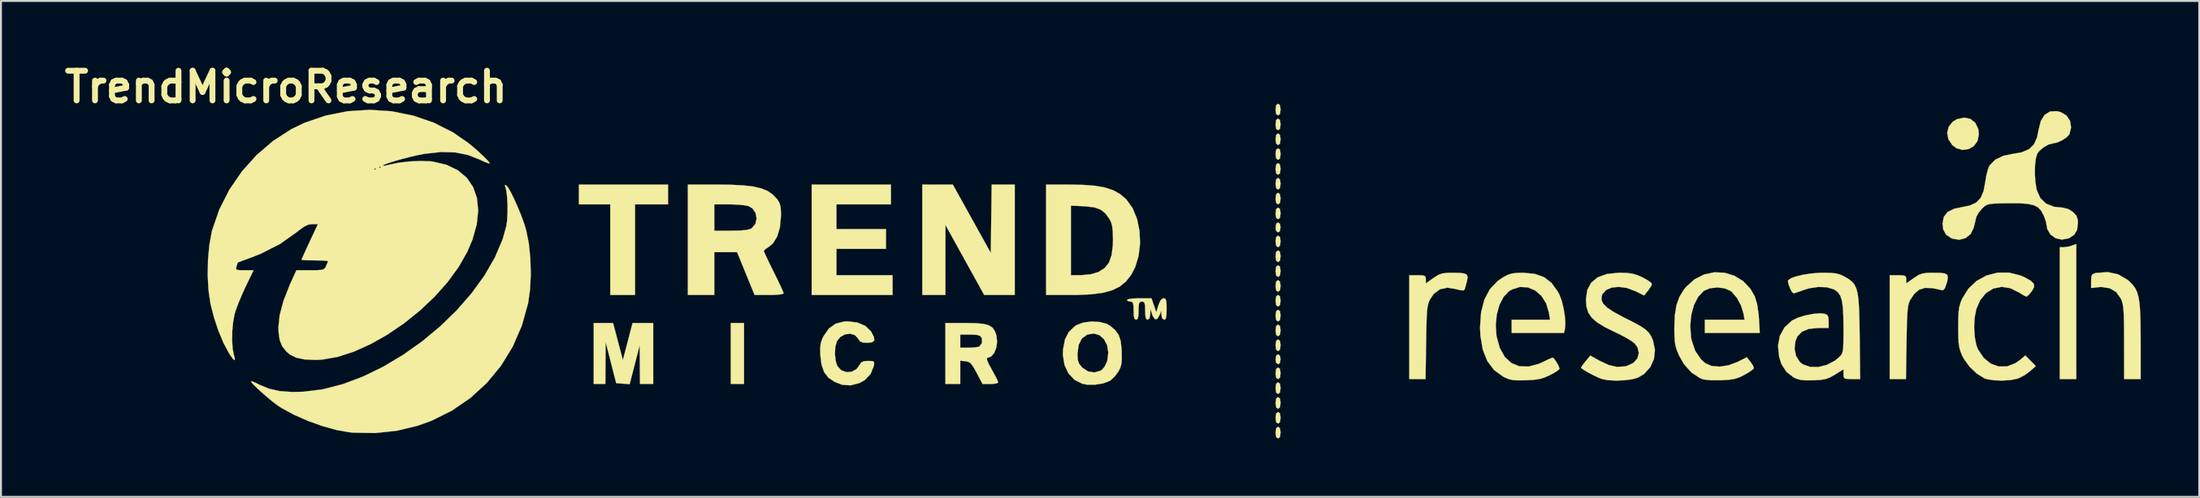
<source format=kicad_pcb>
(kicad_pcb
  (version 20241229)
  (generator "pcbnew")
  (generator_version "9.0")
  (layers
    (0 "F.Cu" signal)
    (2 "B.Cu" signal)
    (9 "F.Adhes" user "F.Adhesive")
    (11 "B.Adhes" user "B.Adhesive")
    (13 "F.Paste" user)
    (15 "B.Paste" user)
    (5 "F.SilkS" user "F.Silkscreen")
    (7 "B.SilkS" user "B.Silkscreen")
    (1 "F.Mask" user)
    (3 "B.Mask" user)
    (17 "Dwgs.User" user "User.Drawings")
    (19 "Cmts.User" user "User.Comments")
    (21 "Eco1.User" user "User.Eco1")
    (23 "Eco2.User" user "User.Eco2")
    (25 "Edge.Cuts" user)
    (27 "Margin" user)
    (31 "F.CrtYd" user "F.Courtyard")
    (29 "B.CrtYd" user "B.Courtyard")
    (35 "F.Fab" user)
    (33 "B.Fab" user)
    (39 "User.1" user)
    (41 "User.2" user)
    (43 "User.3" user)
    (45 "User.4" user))
  (footprint "TrendMicroResearch"
    (layer "F.Cu")
    (at 57.119 10.918)
    (property "Reference" "TrendMicroResearch" (at -45.5 -9.5 0) (layer "F.SilkS") (effects (font (size 1.524 1.524) (thickness 0.3))))
    (attr through_hole)
    (fp_poly (pts (xy -22.013 5.757) (xy -22.691 5.757) (xy -22.691 2.625) (xy -22.013 2.625) (xy -22.013 5.757)) (stroke (width 0.01) (type solid)) (fill yes) (layer "F.SilkS"))
    (fp_poly (pts (xy 46.313 5.503) (xy 45.466 5.503) (xy 45.466 -1.27) (xy 45.672 -1.27) (xy 45.916 -1.301) (xy 46.095 -1.353) (xy 46.313 -1.435) (xy 46.313 5.503)) (stroke (width 0.01) (type solid)) (fill yes) (layer "F.SilkS"))
    (fp_poly (pts (xy -25.908 -3.471) (xy -27.601 -3.471) (xy -27.601 1.185) (xy -28.871 1.185) (xy -28.871 -3.471) (xy -30.48 -3.471) (xy -30.48 -4.487) (xy -25.908 -4.487) (xy -25.908 -3.471)) (stroke (width 0.01) (type solid)) (fill yes) (layer "F.SilkS"))
    (fp_poly (pts (xy 5.477 -2.464) (xy 5.503 -2.286) (xy 5.465 -2.084) (xy 5.376 -2.032) (xy 5.276 -2.108) (xy 5.249 -2.286) (xy 5.287 -2.488) (xy 5.376 -2.54) (xy 5.477 -2.464)) (stroke (width 0.01) (type solid)) (fill yes) (layer "F.SilkS"))
    (fp_poly (pts (xy 5.477 4.309) (xy 5.503 4.487) (xy 5.465 4.689) (xy 5.376 4.741) (xy 5.276 4.666) (xy 5.249 4.487) (xy 5.287 4.286) (xy 5.376 4.233) (xy 5.477 4.309)) (stroke (width 0.01) (type solid)) (fill yes) (layer "F.SilkS"))
    (fp_poly (pts (xy -14.478 -3.471) (xy -17.272 -3.471) (xy -17.272 -2.201) (xy -14.732 -2.201) (xy -14.732 -1.185) (xy -17.272 -1.185) (xy -17.272 0.169) (xy -14.393 0.169) (xy -14.393 1.185) (xy -18.542 1.185) (xy -18.542 -4.487) (xy -14.478 -4.487) (xy -14.478 -3.471)) (stroke (width 0.01) (type solid)) (fill yes) (layer "F.SilkS"))
    (fp_poly (pts (xy 5.47 -8.572) (xy 5.503 -8.367) (xy 5.503 -8.34) (xy 5.476 -8.12) (xy 5.388 -8.044) (xy 5.376 -8.043) (xy 5.282 -8.108) (xy 5.25 -8.313) (xy 5.249 -8.34) (xy 5.277 -8.559) (xy 5.365 -8.635) (xy 5.376 -8.636) (xy 5.47 -8.572)) (stroke (width 0.01) (type solid)) (fill yes) (layer "F.SilkS"))
    (fp_poly (pts (xy 5.47 -7.81) (xy 5.503 -7.605) (xy 5.503 -7.578) (xy 5.476 -7.358) (xy 5.388 -7.282) (xy 5.376 -7.281) (xy 5.282 -7.346) (xy 5.25 -7.551) (xy 5.249 -7.578) (xy 5.277 -7.797) (xy 5.365 -7.873) (xy 5.376 -7.874) (xy 5.47 -7.81)) (stroke (width 0.01) (type solid)) (fill yes) (layer "F.SilkS"))
    (fp_poly (pts (xy 5.47 -7.048) (xy 5.503 -6.843) (xy 5.503 -6.816) (xy 5.476 -6.596) (xy 5.388 -6.52) (xy 5.376 -6.519) (xy 5.282 -6.584) (xy 5.25 -6.789) (xy 5.249 -6.816) (xy 5.277 -7.035) (xy 5.365 -7.111) (xy 5.376 -7.112) (xy 5.47 -7.048)) (stroke (width 0.01) (type solid)) (fill yes) (layer "F.SilkS"))
    (fp_poly (pts (xy 5.47 -6.286) (xy 5.503 -6.081) (xy 5.503 -6.054) (xy 5.476 -5.834) (xy 5.388 -5.758) (xy 5.376 -5.757) (xy 5.282 -5.822) (xy 5.25 -6.027) (xy 5.249 -6.054) (xy 5.277 -6.273) (xy 5.365 -6.349) (xy 5.376 -6.35) (xy 5.47 -6.286)) (stroke (width 0.01) (type solid)) (fill yes) (layer "F.SilkS"))
    (fp_poly (pts (xy 5.47 -5.524) (xy 5.503 -5.319) (xy 5.503 -5.292) (xy 5.476 -5.072) (xy 5.388 -4.996) (xy 5.376 -4.995) (xy 5.282 -5.06) (xy 5.25 -5.265) (xy 5.249 -5.292) (xy 5.277 -5.511) (xy 5.365 -5.587) (xy 5.376 -5.588) (xy 5.47 -5.524)) (stroke (width 0.01) (type solid)) (fill yes) (layer "F.SilkS"))
    (fp_poly (pts (xy 5.47 -4.762) (xy 5.503 -4.557) (xy 5.503 -4.53) (xy 5.476 -4.31) (xy 5.388 -4.234) (xy 5.376 -4.233) (xy 5.282 -4.298) (xy 5.25 -4.503) (xy 5.249 -4.53) (xy 5.277 -4.749) (xy 5.365 -4.825) (xy 5.376 -4.826) (xy 5.47 -4.762)) (stroke (width 0.01) (type solid)) (fill yes) (layer "F.SilkS"))
    (fp_poly (pts (xy 5.47 -4) (xy 5.503 -3.795) (xy 5.503 -3.768) (xy 5.476 -3.548) (xy 5.388 -3.472) (xy 5.376 -3.471) (xy 5.282 -3.536) (xy 5.25 -3.741) (xy 5.249 -3.768) (xy 5.277 -3.987) (xy 5.365 -4.063) (xy 5.376 -4.064) (xy 5.47 -4)) (stroke (width 0.01) (type solid)) (fill yes) (layer "F.SilkS"))
    (fp_poly (pts (xy 5.47 -3.238) (xy 5.503 -3.033) (xy 5.503 -3.006) (xy 5.476 -2.786) (xy 5.388 -2.71) (xy 5.376 -2.709) (xy 5.282 -2.774) (xy 5.25 -2.979) (xy 5.249 -3.006) (xy 5.277 -3.225) (xy 5.365 -3.301) (xy 5.376 -3.302) (xy 5.47 -3.238)) (stroke (width 0.01) (type solid)) (fill yes) (layer "F.SilkS"))
    (fp_poly (pts (xy 5.47 -1.798) (xy 5.503 -1.593) (xy 5.503 -1.566) (xy 5.476 -1.347) (xy 5.388 -1.271) (xy 5.376 -1.27) (xy 5.282 -1.334) (xy 5.25 -1.539) (xy 5.249 -1.566) (xy 5.277 -1.786) (xy 5.365 -1.862) (xy 5.376 -1.863) (xy 5.47 -1.798)) (stroke (width 0.01) (type solid)) (fill yes) (layer "F.SilkS"))
    (fp_poly (pts (xy 5.47 -1.036) (xy 5.503 -0.831) (xy 5.503 -0.804) (xy 5.476 -0.585) (xy 5.388 -0.509) (xy 5.376 -0.508) (xy 5.282 -0.572) (xy 5.25 -0.777) (xy 5.249 -0.804) (xy 5.277 -1.024) (xy 5.365 -1.1) (xy 5.376 -1.101) (xy 5.47 -1.036)) (stroke (width 0.01) (type solid)) (fill yes) (layer "F.SilkS"))
    (fp_poly (pts (xy 5.47 -0.274) (xy 5.503 -0.069) (xy 5.503 -0.042) (xy 5.476 0.177) (xy 5.388 0.253) (xy 5.376 0.254) (xy 5.282 0.19) (xy 5.25 -0.015) (xy 5.249 -0.042) (xy 5.277 -0.262) (xy 5.365 -0.338) (xy 5.376 -0.339) (xy 5.47 -0.274)) (stroke (width 0.01) (type solid)) (fill yes) (layer "F.SilkS"))
    (fp_poly (pts (xy 5.47 0.488) (xy 5.503 0.693) (xy 5.503 0.72) (xy 5.476 0.939) (xy 5.388 1.015) (xy 5.376 1.016) (xy 5.282 0.952) (xy 5.25 0.747) (xy 5.249 0.72) (xy 5.277 0.5) (xy 5.365 0.424) (xy 5.376 0.423) (xy 5.47 0.488)) (stroke (width 0.01) (type solid)) (fill yes) (layer "F.SilkS"))
    (fp_poly (pts (xy 5.47 1.25) (xy 5.503 1.455) (xy 5.503 1.482) (xy 5.476 1.701) (xy 5.388 1.777) (xy 5.376 1.778) (xy 5.282 1.714) (xy 5.25 1.509) (xy 5.249 1.482) (xy 5.277 1.262) (xy 5.365 1.186) (xy 5.376 1.185) (xy 5.47 1.25)) (stroke (width 0.01) (type solid)) (fill yes) (layer "F.SilkS"))
    (fp_poly (pts (xy 5.47 2.012) (xy 5.503 2.217) (xy 5.503 2.244) (xy 5.476 2.463) (xy 5.388 2.539) (xy 5.376 2.54) (xy 5.282 2.476) (xy 5.25 2.271) (xy 5.249 2.244) (xy 5.277 2.024) (xy 5.365 1.948) (xy 5.376 1.947) (xy 5.47 2.012)) (stroke (width 0.01) (type solid)) (fill yes) (layer "F.SilkS"))
    (fp_poly (pts (xy 5.47 2.774) (xy 5.503 2.979) (xy 5.503 3.006) (xy 5.476 3.225) (xy 5.388 3.301) (xy 5.376 3.302) (xy 5.282 3.238) (xy 5.25 3.033) (xy 5.249 3.006) (xy 5.277 2.786) (xy 5.365 2.71) (xy 5.376 2.709) (xy 5.47 2.774)) (stroke (width 0.01) (type solid)) (fill yes) (layer "F.SilkS"))
    (fp_poly (pts (xy 5.47 3.536) (xy 5.503 3.741) (xy 5.503 3.768) (xy 5.476 3.987) (xy 5.388 4.063) (xy 5.376 4.064) (xy 5.282 4) (xy 5.25 3.795) (xy 5.249 3.768) (xy 5.277 3.548) (xy 5.365 3.472) (xy 5.376 3.471) (xy 5.47 3.536)) (stroke (width 0.01) (type solid)) (fill yes) (layer "F.SilkS"))
    (fp_poly (pts (xy 5.47 4.975) (xy 5.503 5.18) (xy 5.503 5.207) (xy 5.476 5.426) (xy 5.388 5.503) (xy 5.376 5.503) (xy 5.282 5.439) (xy 5.25 5.234) (xy 5.249 5.207) (xy 5.277 4.988) (xy 5.365 4.911) (xy 5.376 4.911) (xy 5.47 4.975)) (stroke (width 0.01) (type solid)) (fill yes) (layer "F.SilkS"))
    (fp_poly (pts (xy 5.47 5.737) (xy 5.503 5.942) (xy 5.503 5.969) (xy 5.476 6.188) (xy 5.388 6.265) (xy 5.376 6.265) (xy 5.282 6.201) (xy 5.25 5.996) (xy 5.249 5.969) (xy 5.277 5.75) (xy 5.365 5.673) (xy 5.376 5.673) (xy 5.47 5.737)) (stroke (width 0.01) (type solid)) (fill yes) (layer "F.SilkS"))
    (fp_poly (pts (xy 5.47 6.499) (xy 5.503 6.704) (xy 5.503 6.731) (xy 5.476 6.95) (xy 5.388 7.027) (xy 5.376 7.027) (xy 5.282 6.963) (xy 5.25 6.758) (xy 5.249 6.731) (xy 5.277 6.512) (xy 5.365 6.435) (xy 5.376 6.435) (xy 5.47 6.499)) (stroke (width 0.01) (type solid)) (fill yes) (layer "F.SilkS"))
    (fp_poly (pts (xy 5.47 7.261) (xy 5.503 7.466) (xy 5.503 7.493) (xy 5.476 7.712) (xy 5.388 7.789) (xy 5.376 7.789) (xy 5.282 7.725) (xy 5.25 7.52) (xy 5.249 7.493) (xy 5.277 7.274) (xy 5.365 7.197) (xy 5.376 7.197) (xy 5.47 7.261)) (stroke (width 0.01) (type solid)) (fill yes) (layer "F.SilkS"))
    (fp_poly (pts (xy 5.47 8.023) (xy 5.503 8.228) (xy 5.503 8.255) (xy 5.476 8.474) (xy 5.388 8.551) (xy 5.376 8.551) (xy 5.282 8.487) (xy 5.25 8.282) (xy 5.249 8.255) (xy 5.277 8.036) (xy 5.365 7.959) (xy 5.376 7.959) (xy 5.47 8.023)) (stroke (width 0.01) (type solid)) (fill yes) (layer "F.SilkS"))
    (fp_poly (pts (xy -8.128 1.185) (xy -8.911 1.185) (xy -9.694 1.185) (xy -11.682 -2.413) (xy -11.683 -0.614) (xy -11.684 1.185) (xy -12.869 1.185) (xy -12.869 -4.487) (xy -12.086 -4.486) (xy -11.303 -4.485) (xy -10.329 -2.729) (xy -9.356 -0.974) (xy -9.333 -2.731) (xy -9.31 -4.487) (xy -8.128 -4.487) (xy -8.128 1.185)) (stroke (width 0.01) (type solid)) (fill yes) (layer "F.SilkS"))
    (fp_poly (pts (xy 40.887 -7.857) (xy 41.136 -7.656) (xy 41.286 -7.339) (xy 41.317 -7.066) (xy 41.246 -6.723) (xy 41.059 -6.466) (xy 40.791 -6.309) (xy 40.482 -6.267) (xy 40.168 -6.356) (xy 39.956 -6.513) (xy 39.752 -6.817) (xy 39.693 -7.146) (xy 39.771 -7.46) (xy 39.98 -7.72) (xy 40.19 -7.844) (xy 40.563 -7.926) (xy 40.887 -7.857)) (stroke (width 0.01) (type solid)) (fill yes) (layer "F.SilkS"))
    (fp_poly (pts (xy -28.476 3.577) (xy -28.224 4.529) (xy -27.976 3.577) (xy -27.729 2.625) (xy -26.67 2.625) (xy -26.67 5.757) (xy -27.347 5.757) (xy -27.355 4.763) (xy -27.363 3.768) (xy -27.62 4.767) (xy -27.877 5.766) (xy -28.222 5.741) (xy -28.567 5.715) (xy -28.838 4.657) (xy -29.109 3.598) (xy -29.125 5.757) (xy -29.718 5.757) (xy -29.718 2.625) (xy -28.728 2.625) (xy -28.476 3.577)) (stroke (width 0.01) (type solid)) (fill yes) (layer "F.SilkS"))
    (fp_poly (pts (xy 48.459 0.125) (xy 48.931 0.399) (xy 49.028 0.481) (xy 49.197 0.65) (xy 49.331 0.83) (xy 49.434 1.042) (xy 49.508 1.309) (xy 49.56 1.652) (xy 49.592 2.093) (xy 49.609 2.654) (xy 49.614 3.356) (xy 49.615 3.571) (xy 49.615 5.503) (xy 48.768 5.503) (xy 48.766 3.619) (xy 48.764 2.994) (xy 48.758 2.513) (xy 48.747 2.151) (xy 48.728 1.883) (xy 48.7 1.684) (xy 48.661 1.529) (xy 48.609 1.393) (xy 48.6 1.373) (xy 48.365 1.039) (xy 48.028 0.838) (xy 47.601 0.774) (xy 47.437 0.785) (xy 47.075 0.826) (xy 47.075 0.466) (xy 47.085 0.237) (xy 47.141 0.122) (xy 47.277 0.066) (xy 47.339 0.053) (xy 47.927 0.009) (xy 48.459 0.125)) (stroke (width 0.01) (type solid)) (fill yes) (layer "F.SilkS"))
    (fp_poly (pts (xy 39.322 0.048) (xy 39.568 0.078) (xy 39.695 0.149) (xy 39.727 0.28) (xy 39.691 0.488) (xy 39.671 0.566) (xy 39.576 0.837) (xy 39.478 0.943) (xy 39.446 0.942) (xy 38.944 0.834) (xy 38.559 0.82) (xy 38.26 0.91) (xy 38.015 1.114) (xy 37.795 1.442) (xy 37.784 1.463) (xy 37.734 1.576) (xy 37.695 1.725) (xy 37.666 1.933) (xy 37.644 2.223) (xy 37.627 2.619) (xy 37.615 3.144) (xy 37.606 3.619) (xy 37.578 5.503) (xy 36.745 5.503) (xy 36.745 0.169) (xy 37.169 0.169) (xy 37.42 0.176) (xy 37.545 0.211) (xy 37.588 0.296) (xy 37.592 0.379) (xy 37.592 0.589) (xy 37.979 0.316) (xy 38.217 0.163) (xy 38.427 0.081) (xy 38.68 0.048) (xy 38.932 0.043) (xy 39.322 0.048)) (stroke (width 0.01) (type solid)) (fill yes) (layer "F.SilkS"))
    (fp_poly (pts (xy 14.685 0.05) (xy 14.933 0.081) (xy 15.062 0.151) (xy 15.097 0.274) (xy 15.065 0.464) (xy 15.061 0.482) (xy 14.998 0.715) (xy 14.951 0.883) (xy 14.944 0.903) (xy 14.877 0.953) (xy 14.708 0.935) (xy 14.51 0.882) (xy 14.056 0.81) (xy 13.674 0.892) (xy 13.362 1.127) (xy 13.18 1.394) (xy 13.12 1.518) (xy 13.074 1.651) (xy 13.04 1.819) (xy 13.015 2.046) (xy 12.997 2.358) (xy 12.984 2.778) (xy 12.973 3.332) (xy 12.969 3.619) (xy 12.94 5.503) (xy 12.107 5.503) (xy 12.107 0.169) (xy 12.531 0.169) (xy 12.782 0.176) (xy 12.907 0.211) (xy 12.95 0.296) (xy 12.954 0.379) (xy 12.954 0.589) (xy 13.341 0.316) (xy 13.579 0.163) (xy 13.789 0.081) (xy 14.042 0.048) (xy 14.294 0.043) (xy 14.685 0.05)) (stroke (width 0.01) (type solid)) (fill yes) (layer "F.SilkS"))
    (fp_poly (pts (xy -4.624 -4.472) (xy -3.999 -4.423) (xy -3.492 -4.333) (xy -3.079 -4.196) (xy -2.736 -4.005) (xy -2.439 -3.755) (xy -2.396 -3.712) (xy -2.079 -3.267) (xy -1.855 -2.718) (xy -1.729 -2.103) (xy -1.701 -1.46) (xy -1.775 -0.826) (xy -1.952 -0.239) (xy -2.164 0.161) (xy -2.427 0.493) (xy -2.742 0.75) (xy -3.128 0.941) (xy -3.608 1.072) (xy -4.203 1.15) (xy -4.934 1.183) (xy -5.222 1.185) (xy -6.519 1.185) (xy -6.519 0.169) (xy -5.249 0.169) (xy -4.72 0.167) (xy -4.224 0.121) (xy -3.836 0.005) (xy -3.519 -0.196) (xy -3.296 -0.478) (xy -3.159 -0.864) (xy -3.097 -1.376) (xy -3.09 -1.651) (xy -3.099 -2.059) (xy -3.129 -2.346) (xy -3.189 -2.558) (xy -3.26 -2.7) (xy -3.474 -3.001) (xy -3.722 -3.199) (xy -4.044 -3.314) (xy -4.482 -3.369) (xy -4.578 -3.374) (xy -5.249 -3.405) (xy -5.249 0.169) (xy -6.519 0.169) (xy -6.519 -4.487) (xy -5.392 -4.487) (xy -4.624 -4.472)) (stroke (width 0.01) (type solid)) (fill yes) (layer "F.SilkS"))
    (fp_poly (pts (xy -16.199 2.599) (xy -15.794 2.771) (xy -15.508 3.046) (xy -15.484 3.084) (xy -15.345 3.357) (xy -15.332 3.528) (xy -15.453 3.617) (xy -15.692 3.641) (xy -15.939 3.624) (xy -16.077 3.556) (xy -16.151 3.44) (xy -16.317 3.251) (xy -16.557 3.174) (xy -16.825 3.206) (xy -17.073 3.339) (xy -17.247 3.556) (xy -17.33 3.847) (xy -17.351 4.214) (xy -17.311 4.578) (xy -17.228 4.829) (xy -17.032 5.05) (xy -16.769 5.149) (xy -16.489 5.128) (xy -16.24 4.989) (xy -16.103 4.803) (xy -16.002 4.65) (xy -15.853 4.584) (xy -15.648 4.572) (xy -15.43 4.579) (xy -15.341 4.624) (xy -15.339 4.745) (xy -15.356 4.833) (xy -15.519 5.238) (xy -15.815 5.554) (xy -16.087 5.705) (xy -16.548 5.827) (xy -16.979 5.797) (xy -17.358 5.652) (xy -17.686 5.432) (xy -17.907 5.143) (xy -18.039 4.754) (xy -18.096 4.287) (xy -18.106 3.931) (xy -18.079 3.674) (xy -18.004 3.447) (xy -17.934 3.303) (xy -17.657 2.904) (xy -17.306 2.656) (xy -16.866 2.547) (xy -16.701 2.54) (xy -16.199 2.599)) (stroke (width 0.01) (type solid)) (fill yes) (layer "F.SilkS"))
    (fp_poly (pts (xy -10.107 2.635) (xy -9.718 2.672) (xy -9.446 2.747) (xy -9.262 2.871) (xy -9.142 3.054) (xy -9.07 3.259) (xy -9.032 3.579) (xy -9.076 3.896) (xy -9.185 4.168) (xy -9.343 4.35) (xy -9.499 4.403) (xy -9.557 4.432) (xy -9.545 4.537) (xy -9.457 4.737) (xy -9.284 5.057) (xy -9.271 5.08) (xy -9.124 5.35) (xy -9.018 5.564) (xy -8.975 5.678) (xy -8.975 5.681) (xy -9.051 5.725) (xy -9.244 5.752) (xy -9.377 5.756) (xy -9.779 5.755) (xy -10.08 5.185) (xy -10.243 4.889) (xy -10.369 4.713) (xy -10.488 4.625) (xy -10.632 4.59) (xy -10.651 4.588) (xy -10.922 4.561) (xy -10.922 5.757) (xy -11.684 5.757) (xy -11.684 3.217) (xy -10.922 3.217) (xy -10.922 3.895) (xy -10.477 3.893) (xy -10.207 3.881) (xy -10.003 3.852) (xy -9.94 3.83) (xy -9.811 3.654) (xy -9.811 3.427) (xy -9.836 3.365) (xy -9.921 3.278) (xy -10.089 3.232) (xy -10.379 3.217) (xy -10.417 3.217) (xy -10.922 3.217) (xy -11.684 3.217) (xy -11.684 2.625) (xy -10.637 2.625) (xy -10.107 2.635)) (stroke (width 0.01) (type solid)) (fill yes) (layer "F.SilkS"))
    (fp_poly (pts (xy -0.993 1.714) (xy -0.87 2.074) (xy -0.761 1.714) (xy -0.655 1.463) (xy -0.534 1.36) (xy -0.495 1.355) (xy -0.41 1.376) (xy -0.362 1.464) (xy -0.342 1.655) (xy -0.339 1.905) (xy -0.347 2.214) (xy -0.377 2.385) (xy -0.437 2.451) (xy -0.466 2.455) (xy -0.569 2.38) (xy -0.602 2.223) (xy -0.611 1.99) (xy -0.703 2.223) (xy -0.815 2.412) (xy -0.931 2.433) (xy -1.039 2.287) (xy -1.08 2.18) (xy -1.168 1.905) (xy -1.177 2.18) (xy -1.219 2.394) (xy -1.312 2.455) (xy -1.389 2.414) (xy -1.428 2.267) (xy -1.439 1.99) (xy -1.447 1.721) (xy -1.478 1.58) (xy -1.549 1.529) (xy -1.609 1.524) (xy -1.707 1.544) (xy -1.758 1.632) (xy -1.776 1.826) (xy -1.778 1.99) (xy -1.789 2.27) (xy -1.829 2.415) (xy -1.905 2.455) (xy -1.982 2.414) (xy -2.021 2.267) (xy -2.032 1.99) (xy -2.039 1.721) (xy -2.071 1.58) (xy -2.142 1.529) (xy -2.201 1.524) (xy -2.339 1.489) (xy -2.371 1.439) (xy -2.292 1.397) (xy -2.079 1.367) (xy -1.768 1.355) (xy -1.743 1.355) (xy -1.115 1.355) (xy -0.993 1.714)) (stroke (width 0.01) (type solid)) (fill yes) (layer "F.SilkS"))
    (fp_poly (pts (xy -3.782 2.571) (xy -3.417 2.665) (xy -3.246 2.76) (xy -2.972 2.996) (xy -2.795 3.243) (xy -2.695 3.548) (xy -2.649 3.96) (xy -2.643 4.091) (xy -2.637 4.462) (xy -2.657 4.72) (xy -2.713 4.92) (xy -2.812 5.118) (xy -2.992 5.362) (xy -3.203 5.561) (xy -3.26 5.599) (xy -3.59 5.725) (xy -4.002 5.792) (xy -4.414 5.792) (xy -4.657 5.747) (xy -5.062 5.544) (xy -5.372 5.215) (xy -5.575 4.783) (xy -5.659 4.271) (xy -5.658 4.236) (xy -4.911 4.236) (xy -4.894 4.524) (xy -4.825 4.722) (xy -4.675 4.905) (xy -4.663 4.917) (xy -4.364 5.114) (xy -4.032 5.165) (xy -3.712 5.067) (xy -3.662 5.035) (xy -3.522 4.871) (xy -3.404 4.626) (xy -3.382 4.555) (xy -3.329 4.137) (xy -3.39 3.764) (xy -3.546 3.462) (xy -3.779 3.253) (xy -4.069 3.163) (xy -4.399 3.216) (xy -4.42 3.224) (xy -4.687 3.423) (xy -4.852 3.754) (xy -4.911 4.21) (xy -4.911 4.236) (xy -5.658 4.236) (xy -5.65 3.979) (xy -5.551 3.467) (xy -5.351 3.076) (xy -5.037 2.783) (xy -4.948 2.727) (xy -4.609 2.601) (xy -4.2 2.549) (xy -3.782 2.571)) (stroke (width 0.01) (type solid)) (fill yes) (layer "F.SilkS"))
    (fp_poly (pts (xy -22.692 -4.478) (xy -22.052 -4.445) (xy -21.538 -4.385) (xy -21.13 -4.291) (xy -20.807 -4.16) (xy -20.549 -3.985) (xy -20.335 -3.762) (xy -20.285 -3.697) (xy -20.187 -3.529) (xy -20.135 -3.325) (xy -20.117 -3.033) (xy -20.118 -2.846) (xy -20.173 -2.283) (xy -20.313 -1.815) (xy -20.529 -1.464) (xy -20.739 -1.29) (xy -20.911 -1.175) (xy -20.995 -1.086) (xy -20.997 -1.078) (xy -20.961 -0.982) (xy -20.862 -0.766) (xy -20.715 -0.458) (xy -20.534 -0.089) (xy -20.489 0) (xy -20.302 0.381) (xy -20.145 0.709) (xy -20.034 0.956) (xy -19.983 1.088) (xy -19.981 1.099) (xy -20.062 1.142) (xy -20.285 1.171) (xy -20.626 1.185) (xy -20.725 1.185) (xy -21.47 1.185) (xy -21.919 0.085) (xy -22.368 -1.016) (xy -23.537 -1.016) (xy -23.537 1.185) (xy -24.892 1.185) (xy -24.892 -3.471) (xy -23.537 -3.471) (xy -23.537 -2.117) (xy -22.667 -2.117) (xy -22.205 -2.126) (xy -21.885 -2.155) (xy -21.682 -2.207) (xy -21.619 -2.242) (xy -21.43 -2.464) (xy -21.366 -2.742) (xy -21.418 -3.024) (xy -21.579 -3.261) (xy -21.78 -3.381) (xy -21.983 -3.423) (xy -22.298 -3.454) (xy -22.667 -3.47) (xy -22.788 -3.471) (xy -23.537 -3.471) (xy -24.892 -3.471) (xy -24.892 -4.487) (xy -23.481 -4.487) (xy -22.692 -4.478)) (stroke (width 0.01) (type solid)) (fill yes) (layer "F.SilkS"))
    (fp_poly (pts (xy 43.452 0.183) (xy 43.671 0.28) (xy 43.976 0.452) (xy 44.131 0.605) (xy 44.152 0.767) (xy 44.05 0.965) (xy 44.023 1.003) (xy 43.882 1.173) (xy 43.777 1.265) (xy 43.761 1.27) (xy 43.656 1.226) (xy 43.471 1.116) (xy 43.387 1.061) (xy 42.928 0.834) (xy 42.477 0.768) (xy 42.055 0.855) (xy 41.683 1.085) (xy 41.383 1.452) (xy 41.182 1.92) (xy 41.101 2.35) (xy 41.075 2.837) (xy 41.103 3.322) (xy 41.183 3.746) (xy 41.27 3.979) (xy 41.568 4.418) (xy 41.929 4.713) (xy 42.334 4.86) (xy 42.761 4.854) (xy 43.189 4.689) (xy 43.437 4.514) (xy 43.701 4.292) (xy 43.97 4.565) (xy 44.238 4.838) (xy 43.923 5.114) (xy 43.658 5.306) (xy 43.369 5.456) (xy 43.278 5.489) (xy 42.933 5.555) (xy 42.52 5.581) (xy 42.105 5.567) (xy 41.751 5.513) (xy 41.601 5.466) (xy 41.21 5.224) (xy 40.84 4.871) (xy 40.543 4.458) (xy 40.46 4.296) (xy 40.371 4.08) (xy 40.313 3.87) (xy 40.279 3.621) (xy 40.263 3.289) (xy 40.259 2.836) (xy 40.263 2.38) (xy 40.279 2.05) (xy 40.314 1.801) (xy 40.372 1.59) (xy 40.459 1.378) (xy 40.779 0.862) (xy 41.205 0.46) (xy 41.711 0.183) (xy 42.271 0.038) (xy 42.86 0.035) (xy 43.452 0.183)) (stroke (width 0.01) (type solid)) (fill yes) (layer "F.SilkS"))
    (fp_poly (pts (xy -34.214 -4.45) (xy -34.209 -4.447) (xy -34.108 -4.326) (xy -33.966 -4.08) (xy -33.8 -3.743) (xy -33.624 -3.35) (xy -33.454 -2.937) (xy -33.306 -2.536) (xy -33.195 -2.184) (xy -33.188 -2.159) (xy -33.051 -1.478) (xy -32.971 -0.7) (xy -32.948 0.114) (xy -32.985 0.9) (xy -33.083 1.597) (xy -33.085 1.61) (xy -33.407 2.761) (xy -33.873 3.834) (xy -34.473 4.817) (xy -35.2 5.699) (xy -36.042 6.472) (xy -36.992 7.124) (xy -38.039 7.645) (xy -38.738 7.899) (xy -39.807 8.156) (xy -40.928 8.277) (xy -42.049 8.257) (xy -42.249 8.238) (xy -42.899 8.123) (xy -43.626 7.921) (xy -44.373 7.653) (xy -45.087 7.339) (xy -45.713 7) (xy -45.924 6.863) (xy -46.147 6.697) (xy -46.409 6.483) (xy -46.682 6.247) (xy -46.936 6.016) (xy -47.143 5.816) (xy -47.272 5.673) (xy -47.3 5.615) (xy -47.213 5.632) (xy -47.026 5.713) (xy -46.872 5.791) (xy -46.385 5.997) (xy -45.839 6.121) (xy -45.198 6.168) (xy -44.619 6.156) (xy -43.615 6.031) (xy -42.582 5.764) (xy -41.538 5.369) (xy -40.5 4.861) (xy -39.484 4.252) (xy -38.506 3.557) (xy -37.585 2.788) (xy -36.735 1.96) (xy -35.975 1.087) (xy -35.32 0.181) (xy -34.787 -0.743) (xy -34.393 -1.672) (xy -34.198 -2.368) (xy -34.158 -2.664) (xy -34.14 -3.044) (xy -34.141 -3.456) (xy -34.162 -3.848) (xy -34.2 -4.168) (xy -34.248 -4.353) (xy -34.28 -4.464) (xy -34.214 -4.45)) (stroke (width 0.01) (type solid)) (fill yes) (layer "F.SilkS"))
    (fp_poly (pts (xy 28.271 0.043) (xy 28.774 0.194) (xy 29.227 0.471) (xy 29.604 0.871) (xy 29.825 1.259) (xy 29.946 1.656) (xy 30.023 2.187) (xy 30.038 2.388) (xy 30.08 3.133) (xy 27.263 3.133) (xy 27.263 2.455) (xy 29.302 2.455) (xy 29.246 2.138) (xy 29.121 1.728) (xy 28.912 1.338) (xy 28.656 1.035) (xy 28.59 0.981) (xy 28.286 0.845) (xy 27.908 0.798) (xy 27.528 0.839) (xy 27.217 0.97) (xy 27.205 0.978) (xy 26.92 1.282) (xy 26.703 1.708) (xy 26.565 2.22) (xy 26.513 2.784) (xy 26.557 3.363) (xy 26.58 3.489) (xy 26.769 4.055) (xy 27.074 4.499) (xy 27.289 4.69) (xy 27.61 4.831) (xy 28.019 4.867) (xy 28.474 4.798) (xy 28.931 4.628) (xy 28.952 4.617) (xy 29.413 4.383) (xy 29.607 4.625) (xy 29.729 4.806) (xy 29.777 4.939) (xy 29.776 4.953) (xy 29.692 5.035) (xy 29.502 5.164) (xy 29.289 5.288) (xy 29.032 5.415) (xy 28.793 5.495) (xy 28.513 5.539) (xy 28.132 5.562) (xy 28.067 5.565) (xy 27.567 5.565) (xy 27.214 5.526) (xy 27.044 5.473) (xy 26.582 5.173) (xy 26.191 4.734) (xy 25.945 4.299) (xy 25.833 4.035) (xy 25.761 3.802) (xy 25.721 3.549) (xy 25.704 3.221) (xy 25.7 2.879) (xy 25.724 2.237) (xy 25.805 1.721) (xy 25.955 1.293) (xy 26.184 0.916) (xy 26.301 0.771) (xy 26.734 0.381) (xy 27.224 0.133) (xy 27.745 0.021) (xy 28.271 0.043)) (stroke (width 0.01) (type solid)) (fill yes) (layer "F.SilkS"))
    (fp_poly (pts (xy 18.538 0.099) (xy 19.013 0.267) (xy 19.398 0.563) (xy 19.717 1.001) (xy 19.802 1.16) (xy 19.922 1.476) (xy 20.02 1.876) (xy 20.087 2.295) (xy 20.111 2.67) (xy 20.093 2.891) (xy 20.045 3.133) (xy 17.357 3.133) (xy 17.357 2.455) (xy 19.326 2.455) (xy 19.268 2.095) (xy 19.125 1.614) (xy 18.881 1.228) (xy 18.559 0.951) (xy 18.185 0.794) (xy 17.783 0.772) (xy 17.378 0.898) (xy 17.206 1.003) (xy 16.937 1.288) (xy 16.729 1.696) (xy 16.593 2.189) (xy 16.539 2.728) (xy 16.577 3.274) (xy 16.582 3.308) (xy 16.747 3.905) (xy 17.002 4.364) (xy 17.338 4.679) (xy 17.748 4.847) (xy 18.222 4.862) (xy 18.752 4.72) (xy 18.994 4.61) (xy 19.233 4.495) (xy 19.407 4.419) (xy 19.463 4.403) (xy 19.541 4.469) (xy 19.651 4.625) (xy 19.754 4.808) (xy 19.81 4.953) (xy 19.812 4.973) (xy 19.742 5.049) (xy 19.559 5.17) (xy 19.325 5.297) (xy 19.046 5.423) (xy 18.785 5.501) (xy 18.48 5.544) (xy 18.076 5.565) (xy 17.692 5.571) (xy 17.421 5.556) (xy 17.212 5.51) (xy 17.008 5.424) (xy 16.911 5.374) (xy 16.452 5.038) (xy 16.106 4.575) (xy 15.873 3.987) (xy 15.753 3.275) (xy 15.735 2.843) (xy 15.79 2.068) (xy 15.96 1.414) (xy 16.246 0.878) (xy 16.652 0.456) (xy 16.909 0.281) (xy 17.154 0.151) (xy 17.382 0.079) (xy 17.659 0.049) (xy 17.949 0.044) (xy 18.538 0.099)) (stroke (width 0.01) (type solid)) (fill yes) (layer "F.SilkS"))
    (fp_poly (pts (xy 23.293 0.055) (xy 23.586 0.097) (xy 23.855 0.186) (xy 24.067 0.282) (xy 24.318 0.42) (xy 24.492 0.543) (xy 24.55 0.62) (xy 24.498 0.747) (xy 24.374 0.93) (xy 24.347 0.964) (xy 24.147 1.209) (xy 23.699 0.986) (xy 23.273 0.827) (xy 22.86 0.768) (xy 22.491 0.804) (xy 22.198 0.93) (xy 22.011 1.143) (xy 21.976 1.24) (xy 21.964 1.437) (xy 22.046 1.626) (xy 22.235 1.82) (xy 22.548 2.034) (xy 23.001 2.283) (xy 23.179 2.373) (xy 23.645 2.61) (xy 23.984 2.798) (xy 24.221 2.959) (xy 24.384 3.114) (xy 24.499 3.285) (xy 24.592 3.492) (xy 24.604 3.524) (xy 24.705 4.004) (xy 24.654 4.472) (xy 24.464 4.895) (xy 24.148 5.241) (xy 23.843 5.426) (xy 23.544 5.513) (xy 23.143 5.566) (xy 22.705 5.583) (xy 22.293 5.561) (xy 22 5.505) (xy 21.805 5.43) (xy 21.556 5.312) (xy 21.299 5.177) (xy 21.079 5.049) (xy 20.94 4.952) (xy 20.915 4.918) (xy 20.966 4.828) (xy 21.091 4.661) (xy 21.153 4.584) (xy 21.39 4.299) (xy 21.85 4.556) (xy 22.332 4.783) (xy 22.756 4.88) (xy 23.162 4.855) (xy 23.267 4.83) (xy 23.596 4.676) (xy 23.804 4.444) (xy 23.879 4.166) (xy 23.811 3.875) (xy 23.661 3.672) (xy 23.489 3.542) (xy 23.209 3.373) (xy 22.87 3.195) (xy 22.709 3.118) (xy 22.157 2.847) (xy 21.749 2.599) (xy 21.465 2.354) (xy 21.286 2.089) (xy 21.193 1.783) (xy 21.167 1.415) (xy 21.167 1.414) (xy 21.234 0.932) (xy 21.435 0.553) (xy 21.769 0.278) (xy 22.235 0.108) (xy 22.83 0.044) (xy 22.903 0.043) (xy 23.293 0.055)) (stroke (width 0.01) (type solid)) (fill yes) (layer "F.SilkS"))
    (fp_poly (pts (xy 45.518 -8.209) (xy 45.811 -8.033) (xy 45.993 -7.757) (xy 46.046 -7.421) (xy 45.963 -7.078) (xy 45.826 -6.921) (xy 45.592 -6.765) (xy 45.328 -6.646) (xy 45.117 -6.604) (xy 44.888 -6.544) (xy 44.627 -6.394) (xy 44.403 -6.2) (xy 44.31 -6.071) (xy 44.237 -5.824) (xy 44.196 -5.464) (xy 44.189 -5.045) (xy 44.215 -4.621) (xy 44.277 -4.246) (xy 44.289 -4.198) (xy 44.471 -3.79) (xy 44.769 -3.506) (xy 45.183 -3.344) (xy 45.608 -3.302) (xy 45.902 -3.231) (xy 46.137 -3.083) (xy 46.32 -2.888) (xy 46.391 -2.67) (xy 46.397 -2.527) (xy 46.356 -2.163) (xy 46.215 -1.914) (xy 45.954 -1.74) (xy 45.918 -1.724) (xy 45.573 -1.659) (xy 45.251 -1.732) (xy 44.988 -1.922) (xy 44.824 -2.203) (xy 44.787 -2.43) (xy 44.752 -2.599) (xy 44.666 -2.84) (xy 44.628 -2.927) (xy 44.502 -3.156) (xy 44.343 -3.321) (xy 44.124 -3.431) (xy 43.819 -3.497) (xy 43.4 -3.526) (xy 42.841 -3.528) (xy 42.825 -3.528) (xy 42.382 -3.521) (xy 42.073 -3.508) (xy 41.865 -3.485) (xy 41.724 -3.443) (xy 41.615 -3.376) (xy 41.504 -3.276) (xy 41.489 -3.262) (xy 41.31 -3.052) (xy 41.193 -2.842) (xy 41.179 -2.796) (xy 41.125 -2.567) (xy 41.058 -2.292) (xy 41.052 -2.265) (xy 40.895 -1.946) (xy 40.633 -1.736) (xy 40.305 -1.652) (xy 39.948 -1.713) (xy 39.906 -1.73) (xy 39.633 -1.915) (xy 39.489 -2.185) (xy 39.455 -2.487) (xy 39.518 -2.828) (xy 39.713 -3.077) (xy 40.047 -3.243) (xy 40.387 -3.315) (xy 40.852 -3.41) (xy 41.186 -3.564) (xy 41.413 -3.804) (xy 41.559 -4.158) (xy 41.649 -4.646) (xy 41.707 -4.982) (xy 41.784 -5.278) (xy 41.865 -5.468) (xy 41.865 -5.468) (xy 42.157 -5.765) (xy 42.577 -5.966) (xy 43.005 -6.054) (xy 43.514 -6.144) (xy 43.884 -6.301) (xy 44.138 -6.547) (xy 44.3 -6.903) (xy 44.382 -7.306) (xy 44.497 -7.762) (xy 44.695 -8.075) (xy 44.97 -8.242) (xy 45.319 -8.258) (xy 45.518 -8.209)) (stroke (width 0.01) (type solid)) (fill yes) (layer "F.SilkS"))
    (fp_poly (pts (xy 33.71 0.05) (xy 33.987 0.078) (xy 34.203 0.135) (xy 34.41 0.232) (xy 34.452 0.255) (xy 34.654 0.377) (xy 34.815 0.503) (xy 34.939 0.653) (xy 35.032 0.849) (xy 35.099 1.11) (xy 35.145 1.456) (xy 35.174 1.908) (xy 35.192 2.485) (xy 35.203 3.209) (xy 35.204 3.323) (xy 35.229 5.503) (xy 34.802 5.503) (xy 34.55 5.498) (xy 34.424 5.464) (xy 34.38 5.377) (xy 34.375 5.253) (xy 34.375 5.002) (xy 33.938 5.274) (xy 33.689 5.416) (xy 33.468 5.501) (xy 33.21 5.545) (xy 32.851 5.566) (xy 32.816 5.567) (xy 32.428 5.57) (xy 32.154 5.543) (xy 31.939 5.478) (xy 31.82 5.421) (xy 31.45 5.137) (xy 31.195 4.742) (xy 31.073 4.36) (xy 31.017 3.792) (xy 31.111 3.284) (xy 31.351 2.848) (xy 31.73 2.501) (xy 31.736 2.497) (xy 32.029 2.354) (xy 32.409 2.236) (xy 32.813 2.156) (xy 33.177 2.127) (xy 33.393 2.149) (xy 33.537 2.209) (xy 33.6 2.329) (xy 33.613 2.542) (xy 33.613 2.879) (xy 33.084 2.879) (xy 32.6 2.925) (xy 32.247 3.066) (xy 32.013 3.309) (xy 31.916 3.534) (xy 31.864 3.937) (xy 31.94 4.314) (xy 32.129 4.619) (xy 32.283 4.745) (xy 32.652 4.877) (xy 33.08 4.884) (xy 33.522 4.775) (xy 33.936 4.558) (xy 34.162 4.369) (xy 34.244 4.281) (xy 34.301 4.189) (xy 34.339 4.062) (xy 34.361 3.871) (xy 34.371 3.586) (xy 34.374 3.178) (xy 34.375 2.88) (xy 34.367 2.272) (xy 34.341 1.809) (xy 34.291 1.467) (xy 34.21 1.222) (xy 34.092 1.049) (xy 33.931 0.924) (xy 33.878 0.895) (xy 33.525 0.789) (xy 33.085 0.772) (xy 32.614 0.842) (xy 32.322 0.931) (xy 32.066 1.024) (xy 31.876 1.086) (xy 31.809 1.101) (xy 31.734 1.03) (xy 31.643 0.86) (xy 31.565 0.659) (xy 31.526 0.49) (xy 31.533 0.432) (xy 31.674 0.329) (xy 31.945 0.231) (xy 32.306 0.145) (xy 32.719 0.081) (xy 33.143 0.047) (xy 33.316 0.043) (xy 33.71 0.05)) (stroke (width 0.01) (type solid)) (fill yes) (layer "F.SilkS"))
    (fp_poly (pts (xy -40.077 -8.25) (xy -38.976 -8.029) (xy -37.922 -7.666) (xy -36.932 -7.164) (xy -36.153 -6.624) (xy -35.868 -6.389) (xy -35.586 -6.14) (xy -35.338 -5.906) (xy -35.152 -5.715) (xy -35.058 -5.595) (xy -35.052 -5.577) (xy -35.12 -5.58) (xy -35.3 -5.647) (xy -35.539 -5.758) (xy -36.168 -6.008) (xy -36.829 -6.141) (xy -37.553 -6.16) (xy -38.372 -6.07) (xy -38.463 -6.054) (xy -38.794 -5.988) (xy -39.169 -5.9) (xy -39.554 -5.8) (xy -39.916 -5.697) (xy -40.222 -5.601) (xy -40.44 -5.521) (xy -40.537 -5.467) (xy -40.536 -5.456) (xy -40.441 -5.454) (xy -40.25 -5.495) (xy -40.211 -5.506) (xy -39.737 -5.607) (xy -39.173 -5.673) (xy -38.595 -5.699) (xy -38.081 -5.68) (xy -37.962 -5.666) (xy -37.264 -5.5) (xy -36.687 -5.221) (xy -36.232 -4.837) (xy -35.905 -4.357) (xy -35.708 -3.791) (xy -35.645 -3.149) (xy -35.72 -2.439) (xy -35.935 -1.67) (xy -36.198 -1.046) (xy -36.648 -0.252) (xy -37.218 0.529) (xy -37.888 1.28) (xy -38.637 1.988) (xy -39.445 2.638) (xy -40.291 3.215) (xy -41.155 3.705) (xy -42.016 4.093) (xy -42.854 4.365) (xy -43.648 4.505) (xy -43.984 4.521) (xy -44.538 4.496) (xy -44.962 4.41) (xy -45.288 4.254) (xy -45.489 4.083) (xy -45.703 3.805) (xy -45.829 3.486) (xy -45.884 3.078) (xy -45.889 2.84) (xy -45.825 2.213) (xy -45.63 1.487) (xy -45.306 0.658) (xy -45.253 0.542) (xy -44.968 -0.085) (xy -44.257 -0.085) (xy -43.908 -0.088) (xy -43.69 -0.103) (xy -43.564 -0.142) (xy -43.492 -0.214) (xy -43.448 -0.3) (xy -43.376 -0.47) (xy -43.349 -0.554) (xy -43.427 -0.572) (xy -43.635 -0.586) (xy -43.931 -0.592) (xy -44.027 -0.593) (xy -44.341 -0.597) (xy -44.578 -0.607) (xy -44.697 -0.621) (xy -44.704 -0.626) (xy -44.67 -0.712) (xy -44.579 -0.919) (xy -44.443 -1.216) (xy -44.285 -1.558) (xy -43.866 -2.455) (xy -44.161 -2.455) (xy -44.361 -2.427) (xy -44.574 -2.326) (xy -44.844 -2.131) (xy -44.96 -2.037) (xy -45.813 -1.433) (xy -46.797 -0.934) (xy -47.258 -0.752) (xy -47.572 -0.636) (xy -47.817 -0.544) (xy -47.956 -0.489) (xy -47.974 -0.48) (xy -48.004 -0.399) (xy -48.044 -0.275) (xy -48.066 -0.167) (xy -48.022 -0.11) (xy -47.878 -0.088) (xy -47.634 -0.085) (xy -47.166 -0.085) (xy -47.585 0.783) (xy -47.772 1.194) (xy -47.945 1.61) (xy -48.079 1.972) (xy -48.136 2.159) (xy -48.214 2.575) (xy -48.258 3.055) (xy -48.265 3.538) (xy -48.235 3.965) (xy -48.182 4.228) (xy -48.125 4.459) (xy -48.139 4.538) (xy -48.227 4.464) (xy -48.386 4.236) (xy -48.423 4.178) (xy -48.699 3.665) (xy -48.963 3.035) (xy -49.194 2.341) (xy -49.373 1.637) (xy -49.379 1.609) (xy -49.477 0.934) (xy -49.517 0.168) (xy -49.501 -0.627) (xy -49.431 -1.39) (xy -49.308 -2.061) (xy -49.288 -2.141) (xy -48.92 -3.209) (xy -48.408 -4.22) (xy -47.767 -5.156) (xy -47.646 -5.292) (xy -40.979 -5.292) (xy -40.936 -5.249) (xy -40.894 -5.292) (xy -40.936 -5.334) (xy -40.979 -5.292) (xy -47.646 -5.292) (xy -47.57 -5.376) (xy -40.725 -5.376) (xy -40.682 -5.334) (xy -40.64 -5.376) (xy -40.682 -5.419) (xy -40.725 -5.376) (xy -47.57 -5.376) (xy -47.014 -5.998) (xy -46.163 -6.73) (xy -45.23 -7.332) (xy -44.55 -7.66) (xy -43.46 -8.033) (xy -42.338 -8.254) (xy -41.204 -8.326) (xy -40.077 -8.25)) (stroke (width 0.01) (type solid)) (fill yes) (layer "F.SilkS")))
  (gr_rect
    (start -3 -3)
    (end 109.738 22.474)
    (stroke (width 0.1) (type default))
    (fill no)
    (layer "Edge.Cuts")))
</source>
